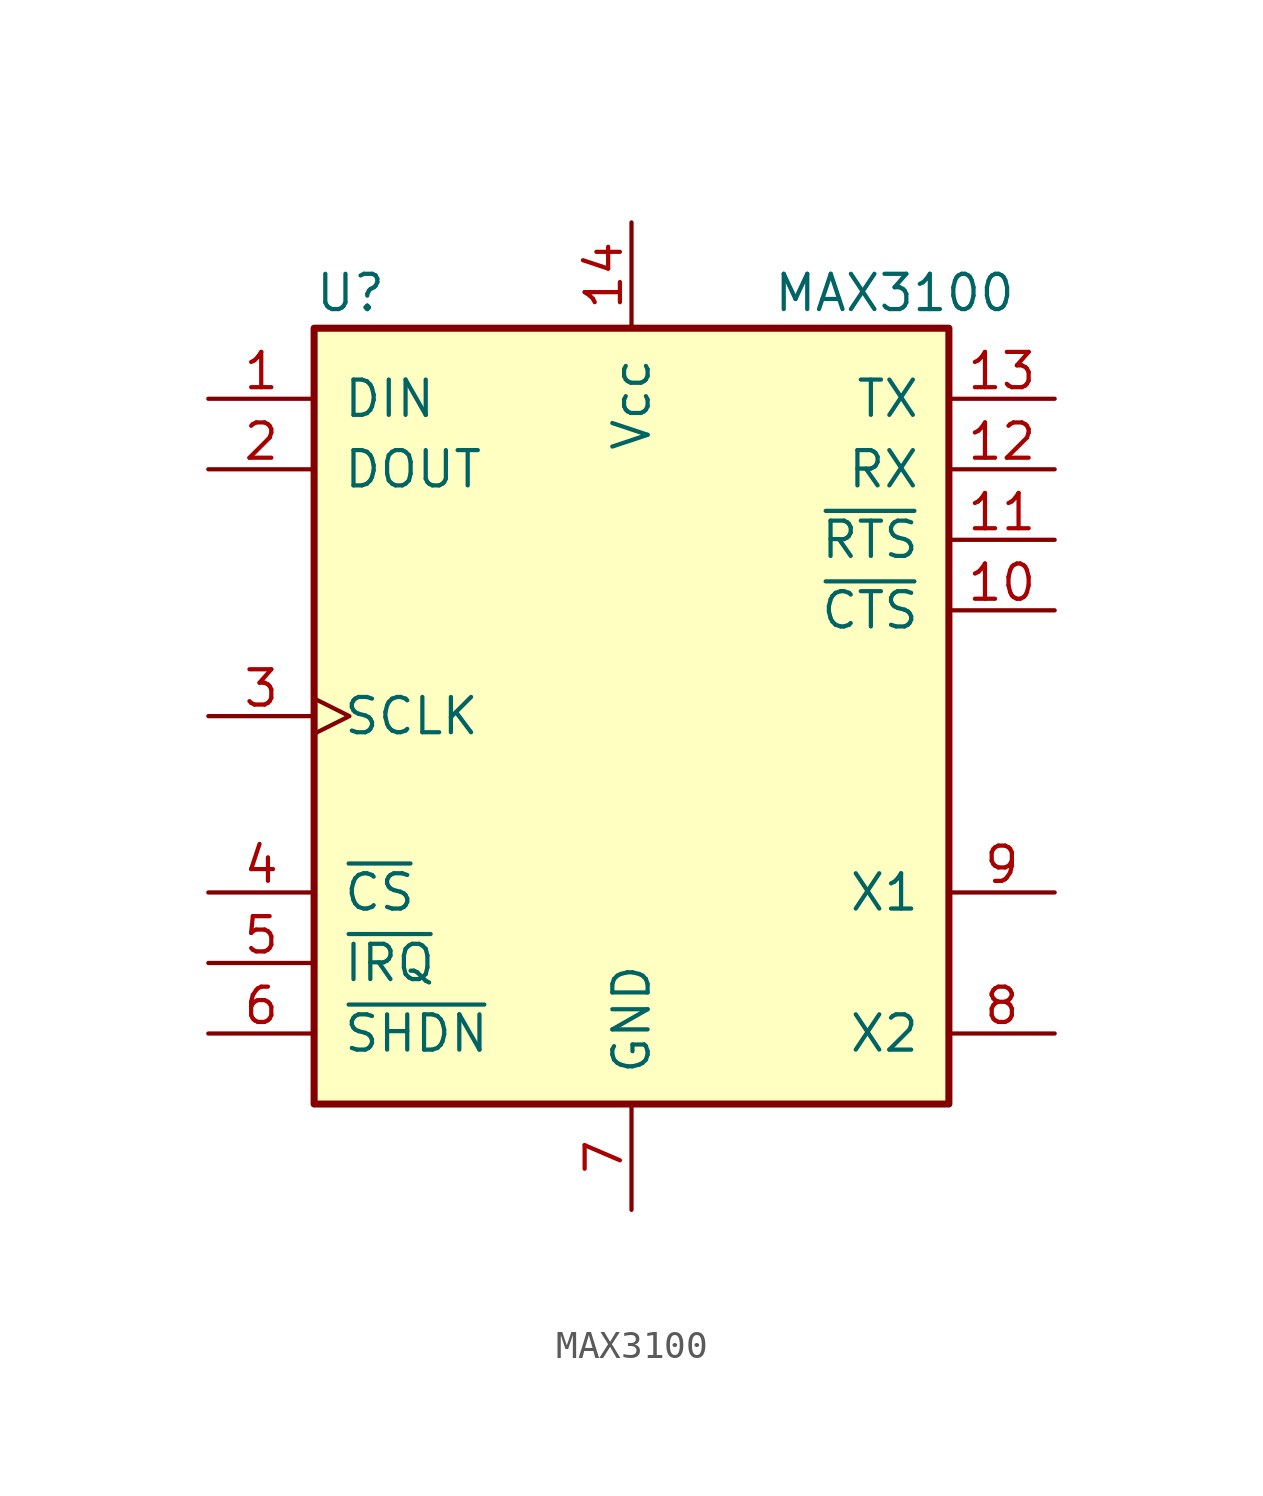
<source format=kicad_sym>
(kicad_symbol_lib
  (version 20231120)
  (generator "kicad_symbol_editor")
  (generator_version "8.0")
  (symbol "MAX3100"
    (pin_names
      (offset 1.016))
    (property "Reference" "U"
      (at -11.43 15.24 0)
      (effects (font (size 1.27 1.27)) (justify left)))
    (property "Value" "MAX3100"
      (at 5.08 15.24 0)
      (effects (font (size 1.27 1.27)) (justify left)))
    (property "Footprint" ""
      (at 0 -6.35 0)
      (effects (font (size 1.27 1.27))))
    (property "Datasheet" ""
      (at 0 -6.35 0)
      (effects (font (size 1.27 1.27))))
    (symbol "MAX3100_0_1"
      (rectangle (start -11.43 -13.97) (end 11.43 13.97) (stroke (width 0.254) (type solid)) (fill (type background))))
    (symbol "MAX3100_1_1"
      (pin input line (at -15.24 11.43 0) (length 3.81) (name "DIN" (effects (font (size 1.27 1.27)))) (number "1" (effects (font (size 1.27 1.27)))))
      (pin input line (at 15.24 3.81 180) (length 3.81) (name "~{CTS}" (effects (font (size 1.27 1.27)))) (number "10" (effects (font (size 1.27 1.27)))))
      (pin output line (at 15.24 6.35 180) (length 3.81) (name "~{RTS}" (effects (font (size 1.27 1.27)))) (number "11" (effects (font (size 1.27 1.27)))))
      (pin input line (at 15.24 8.89 180) (length 3.81) (name "RX" (effects (font (size 1.27 1.27)))) (number "12" (effects (font (size 1.27 1.27)))))
      (pin output line (at 15.24 11.43 180) (length 3.81) (name "TX" (effects (font (size 1.27 1.27)))) (number "13" (effects (font (size 1.27 1.27)))))
      (pin power_in line (at 0 17.78 270) (length 3.81) (name "Vcc" (effects (font (size 1.27 1.27)))) (number "14" (effects (font (size 1.27 1.27)))))
      (pin output line (at -15.24 8.89 0) (length 3.81) (name "DOUT" (effects (font (size 1.27 1.27)))) (number "2" (effects (font (size 1.27 1.27)))))
      (pin input clock (at -15.24 0 0) (length 3.81) (name "SCLK" (effects (font (size 1.27 1.27)))) (number "3" (effects (font (size 1.27 1.27)))))
      (pin input line (at -15.24 -6.35 0) (length 3.81) (name "~{CS}" (effects (font (size 1.27 1.27)))) (number "4" (effects (font (size 1.27 1.27)))))
      (pin input line (at -15.24 -8.89 0) (length 3.81) (name "~{IRQ}" (effects (font (size 1.27 1.27)))) (number "5" (effects (font (size 1.27 1.27)))))
      (pin input line (at -15.24 -11.43 0) (length 3.81) (name "~{SHDN}" (effects (font (size 1.27 1.27)))) (number "6" (effects (font (size 1.27 1.27)))))
      (pin power_in line (at 0 -17.78 90) (length 3.81) (name "GND" (effects (font (size 1.27 1.27)))) (number "7" (effects (font (size 1.27 1.27)))))
      (pin output line (at 15.24 -11.43 180) (length 3.81) (name "X2" (effects (font (size 1.27 1.27)))) (number "8" (effects (font (size 1.27 1.27)))))
      (pin input line (at 15.24 -6.35 180) (length 3.81) (name "X1" (effects (font (size 1.27 1.27)))) (number "9" (effects (font (size 1.27 1.27))))))))
</source>
